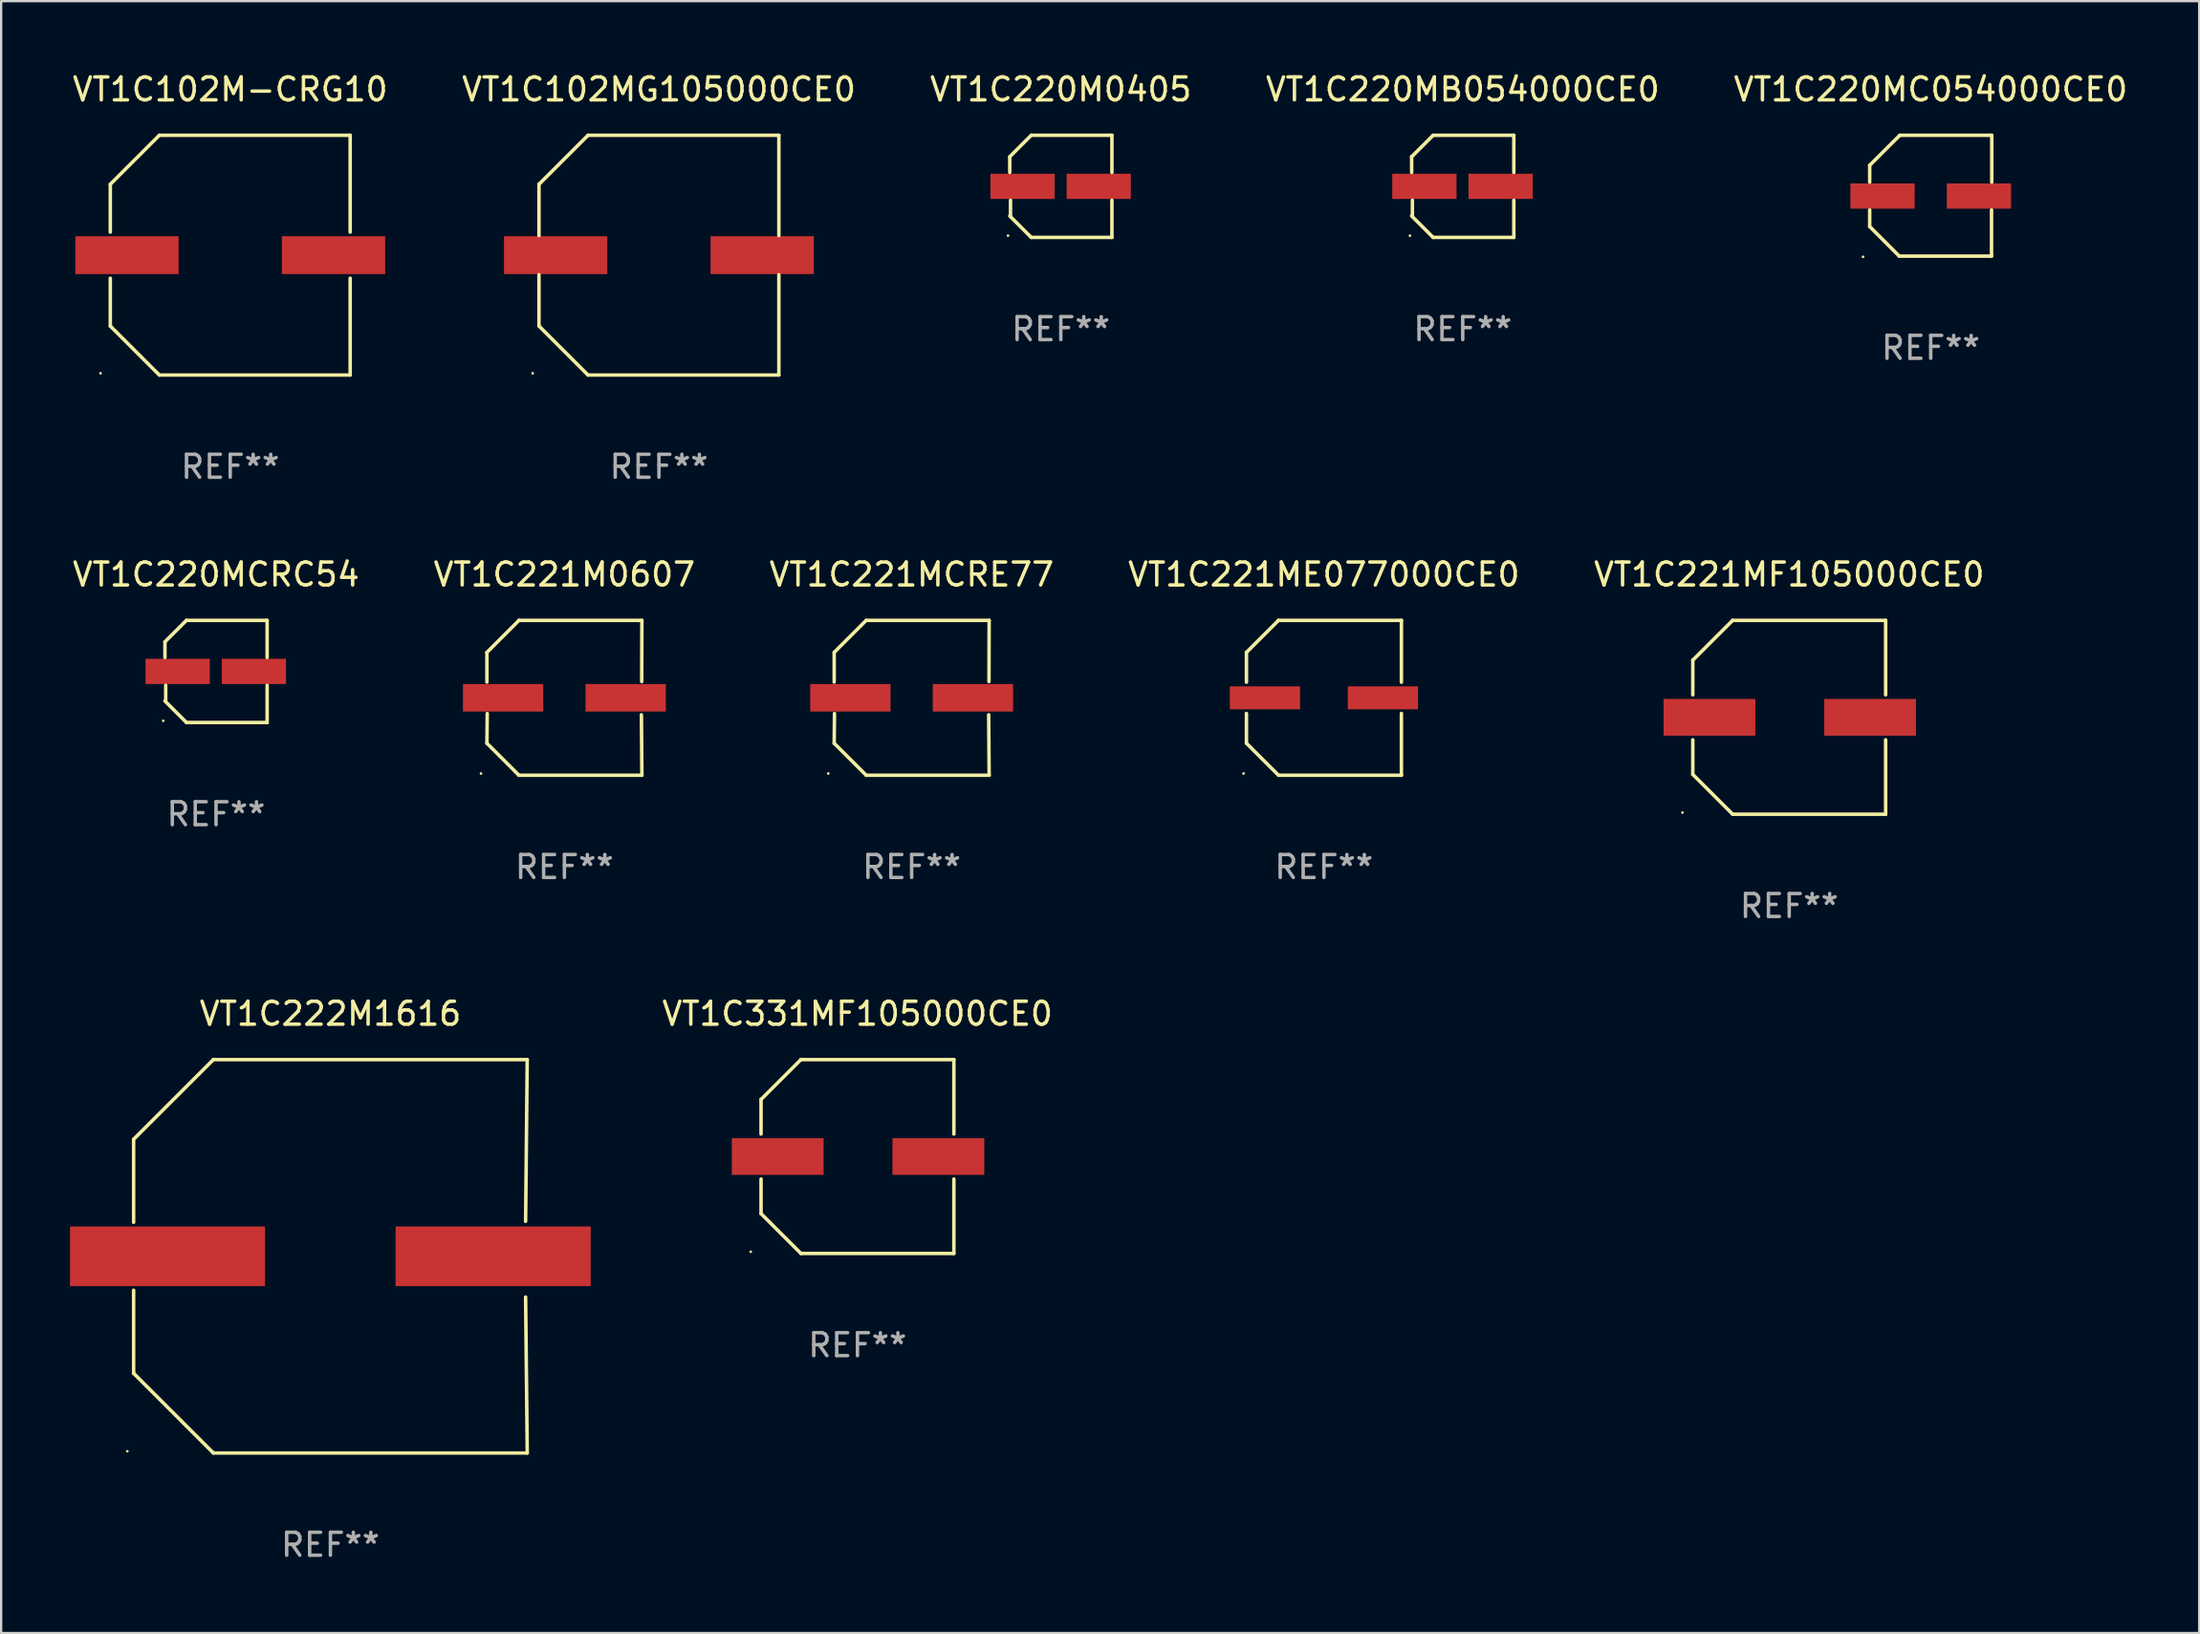
<source format=kicad_pcb>
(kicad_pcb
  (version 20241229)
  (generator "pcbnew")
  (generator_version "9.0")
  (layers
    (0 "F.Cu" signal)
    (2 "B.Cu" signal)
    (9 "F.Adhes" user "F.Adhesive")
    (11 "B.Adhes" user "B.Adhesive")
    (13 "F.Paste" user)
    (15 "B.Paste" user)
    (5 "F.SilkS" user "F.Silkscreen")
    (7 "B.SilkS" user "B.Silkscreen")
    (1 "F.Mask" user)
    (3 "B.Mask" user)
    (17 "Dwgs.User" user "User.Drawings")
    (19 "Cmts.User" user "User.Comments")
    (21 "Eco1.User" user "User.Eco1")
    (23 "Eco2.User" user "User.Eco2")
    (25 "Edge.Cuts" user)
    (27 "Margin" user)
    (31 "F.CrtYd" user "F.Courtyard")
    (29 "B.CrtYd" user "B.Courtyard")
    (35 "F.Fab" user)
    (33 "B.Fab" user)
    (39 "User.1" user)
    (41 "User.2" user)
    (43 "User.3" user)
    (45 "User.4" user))
  (footprint "VT1C221ME077000CE0"
    (layer "F.Cu")
    (at 54.637 27.373)
    (property "Reference" "VT1C221ME077000CE0" (at 0 -5.376 0) (layer "F.SilkS") (effects (font (size 1 1) (thickness 0.15))))
    (attr through_hole)
    (fp_line (start -3.376 -1.98) (end -3.376 -0.68) (stroke (width 0.152) (type solid)) (layer "F.SilkS"))
    (fp_line (start -3.376 -1.98) (end -1.98 -3.376) (stroke (width 0.152) (type solid)) (layer "F.SilkS"))
    (fp_line (start -3.376 0.68) (end -3.376 1.98) (stroke (width 0.152) (type solid)) (layer "F.SilkS"))
    (fp_line (start -3.376 1.98) (end -1.98 3.376) (stroke (width 0.152) (type solid)) (layer "F.SilkS"))
    (fp_line (start -1.98 -3.376) (end 3.376 -3.376) (stroke (width 0.152) (type solid)) (layer "F.SilkS"))
    (fp_line (start -1.98 3.376) (end 3.376 3.376) (stroke (width 0.152) (type solid)) (layer "F.SilkS"))
    (fp_line (start 3.376 -3.376) (end 3.376 -0.68) (stroke (width 0.152) (type solid)) (layer "F.SilkS"))
    (fp_line (start 3.376 0.68) (end 3.376 3.376) (stroke (width 0.152) (type solid)) (layer "F.SilkS"))
    (fp_circle (center -3.501 3.3) (end -3.471 3.3) (stroke (width 0.06) (type solid)) (fill no) (layer "F.SilkS"))
    (fp_text user "REF**" (at 0 7.376 0) (layer "F.Fab") (effects (font (size 1 1) (thickness 0.15))))
    (pad "1" smd rect (at -2.57 0.000013) (size 3.06 1) (layers "F.Cu" "F.Mask" "F.Paste"))
    (pad "2" smd rect (at 2.57 0.000013) (size 3.06 1) (layers "F.Cu" "F.Mask" "F.Paste")))
  (footprint "VT1C221MCRE77"
    (layer "F.Cu")
    (at 36.673 27.373)
    (property "Reference" "VT1C221MCRE77" (at 0 -5.376 0) (layer "F.SilkS") (effects (font (size 1 1) (thickness 0.15))))
    (attr through_hole)
    (fp_line (start -3.376 -1.98) (end -3.376 -0.686) (stroke (width 0.152) (type solid)) (layer "F.SilkS"))
    (fp_line (start -3.376 1.981) (end -3.362 0.686) (stroke (width 0.152) (type solid)) (layer "F.SilkS"))
    (fp_line (start -1.981 3.376) (end -3.376 1.981) (stroke (width 0.152) (type solid)) (layer "F.SilkS"))
    (fp_line (start -1.98 -3.376) (end -3.376 -1.98) (stroke (width 0.152) (type solid)) (layer "F.SilkS"))
    (fp_line (start 3.356 0.74) (end 3.376 3.376) (stroke (width 0.152) (type solid)) (layer "F.SilkS"))
    (fp_line (start 3.369 -0.707) (end 3.376 -3.376) (stroke (width 0.152) (type solid)) (layer "F.SilkS"))
    (fp_line (start 3.376 3.376) (end -1.981 3.376) (stroke (width 0.152) (type solid)) (layer "F.SilkS"))
    (fp_line (start 3.376 -3.376) (end -1.98 -3.376) (stroke (width 0.152) (type solid)) (layer "F.SilkS"))
    (fp_circle (center -3.634 3.3) (end -3.604 3.3) (stroke (width 0.06) (type solid)) (fill no) (layer "F.SilkS"))
    (fp_text user "REF**" (at 0 7.376 0) (layer "F.Fab") (effects (font (size 1 1) (thickness 0.15))))
    (pad "1" smd rect (at -2.67 0.000254) (size 3.5 1.2) (layers "F.Cu" "F.Mask" "F.Paste"))
    (pad "2" smd rect (at 2.67 0.000254) (size 3.5 1.2) (layers "F.Cu" "F.Mask" "F.Paste")))
  (footprint "VT1C221MF105000CE0"
    (layer "F.Cu")
    (at 74.911 28.223)
    (property "Reference" "VT1C221MF105000CE0" (at 0 -6.226 0) (layer "F.SilkS") (effects (font (size 1 1) (thickness 0.15))))
    (attr through_hole)
    (fp_line (start -4.201 -0.98) (end -4.201 -2.49) (stroke (width 0.152) (type solid)) (layer "F.SilkS"))
    (fp_line (start -4.201 2.49) (end -4.201 0.98) (stroke (width 0.152) (type solid)) (layer "F.SilkS"))
    (fp_line (start -2.465 -4.226) (end -4.201 -2.49) (stroke (width 0.152) (type solid)) (layer "F.SilkS"))
    (fp_line (start -2.465 4.226) (end -4.201 2.49) (stroke (width 0.152) (type solid)) (layer "F.SilkS"))
    (fp_line (start 4.201 -4.226) (end -2.465 -4.226) (stroke (width 0.152) (type solid)) (layer "F.SilkS"))
    (fp_line (start 4.201 -4.226) (end 4.201 -0.98) (stroke (width 0.152) (type solid)) (layer "F.SilkS"))
    (fp_line (start 4.201 0.98) (end 4.201 4.226) (stroke (width 0.152) (type solid)) (layer "F.SilkS"))
    (fp_line (start 4.201 4.226) (end -2.465 4.226) (stroke (width 0.152) (type solid)) (layer "F.SilkS"))
    (fp_circle (center -4.651 4.152) (end -4.621 4.152) (stroke (width 0.06) (type solid)) (fill no) (layer "F.SilkS"))
    (fp_text user "REF**" (at 0 8.226 0) (layer "F.Fab") (effects (font (size 1 1) (thickness 0.15))))
    (pad "1" smd rect (at -3.475 0.000076) (size 4 1.6) (layers "F.Cu" "F.Mask" "F.Paste"))
    (pad "2" smd rect (at 3.525 0.000076) (size 4 1.6) (layers "F.Cu" "F.Mask" "F.Paste")))
  (footprint "VT1C220MB054000CE0"
    (layer "F.Cu")
    (at 60.685 5.074)
    (property "Reference" "VT1C220MB054000CE0" (at 0 -4.226 0) (layer "F.SilkS") (effects (font (size 1 1) (thickness 0.15))))
    (attr through_hole)
    (fp_line (start -2.226 -1.29) (end -2.226 -0.607) (stroke (width 0.152) (type solid)) (layer "F.SilkS"))
    (fp_line (start -2.193 1.29) (end -2.193 0.607) (stroke (width 0.152) (type solid)) (layer "F.SilkS"))
    (fp_line (start -1.29 2.226) (end -2.226 1.29) (stroke (width 0.152) (type solid)) (layer "F.SilkS"))
    (fp_line (start -1.29 -2.226) (end -2.226 -1.29) (stroke (width 0.152) (type solid)) (layer "F.SilkS"))
    (fp_line (start 2.226 -2.226) (end -1.29 -2.226) (stroke (width 0.152) (type solid)) (layer "F.SilkS"))
    (fp_line (start 2.226 -0.607) (end 2.226 -2.226) (stroke (width 0.152) (type solid)) (layer "F.SilkS"))
    (fp_line (start 2.226 0.607) (end 2.226 2.226) (stroke (width 0.152) (type solid)) (layer "F.SilkS"))
    (fp_line (start 2.226 2.226) (end -1.29 2.226) (stroke (width 0.152) (type solid)) (layer "F.SilkS"))
    (fp_circle (center -2.3 2.15) (end -2.27 2.15) (stroke (width 0.06) (type solid)) (fill no) (layer "F.SilkS"))
    (fp_text user "REF**" (at 0 6.226 0) (layer "F.Fab") (effects (font (size 1 1) (thickness 0.15))))
    (pad "1" smd rect (at -1.67 -0.000025) (size 2.8 1.1) (layers "F.Cu" "F.Mask" "F.Paste"))
    (pad "2" smd rect (at 1.651 -0.000025) (size 2.8 1.1) (layers "F.Cu" "F.Mask" "F.Paste")))
  (footprint "VT1C102MG105000CE0"
    (layer "F.Cu")
    (at 25.661 8.074)
    (property "Reference" "VT1C102MG105000CE0" (at 0 -7.226 0) (layer "F.SilkS") (effects (font (size 1 1) (thickness 0.15))))
    (attr through_hole)
    (fp_line (start -5.226 -3.09) (end -5.226 -0.852) (stroke (width 0.152) (type solid)) (layer "F.SilkS"))
    (fp_line (start -5.226 3.09) (end -5.226 0.852) (stroke (width 0.152) (type solid)) (layer "F.SilkS"))
    (fp_line (start -3.09 -5.226) (end -5.226 -3.09) (stroke (width 0.152) (type solid)) (layer "F.SilkS"))
    (fp_line (start -3.09 5.226) (end -5.226 3.09) (stroke (width 0.152) (type solid)) (layer "F.SilkS"))
    (fp_line (start 5.226 -5.226) (end -3.09 -5.226) (stroke (width 0.152) (type solid)) (layer "F.SilkS"))
    (fp_line (start 5.226 -0.852) (end 5.226 -5.226) (stroke (width 0.152) (type solid)) (layer "F.SilkS"))
    (fp_line (start 5.226 0.852) (end 5.226 5.226) (stroke (width 0.152) (type solid)) (layer "F.SilkS"))
    (fp_line (start 5.226 5.226) (end -3.09 5.226) (stroke (width 0.152) (type solid)) (layer "F.SilkS"))
    (fp_circle (center -5.5 5.15) (end -5.47 5.15) (stroke (width 0.06) (type solid)) (fill no) (layer "F.SilkS"))
    (fp_text user "REF**" (at 0 9.226 0) (layer "F.Fab") (effects (font (size 1 1) (thickness 0.15))))
    (pad "1" smd rect (at -4.5 -0.000025) (size 4.5 1.65) (layers "F.Cu" "F.Mask" "F.Paste"))
    (pad "2" smd rect (at 4.5 -0.000025) (size 4.5 1.65) (layers "F.Cu" "F.Mask" "F.Paste")))
  (footprint "VT1C220MC054000CE0"
    (layer "F.Cu")
    (at 81.077 5.482)
    (property "Reference" "VT1C220MC054000CE0" (at 0 -4.634 0) (layer "F.SilkS") (effects (font (size 1 1) (thickness 0.15))))
    (attr through_hole)
    (fp_line (start -2.659 -1.326) (end -2.659 -0.592) (stroke (width 0.152) (type solid)) (layer "F.SilkS"))
    (fp_line (start -2.659 1.346) (end -2.659 0.622) (stroke (width 0.152) (type solid)) (layer "F.SilkS"))
    (fp_line (start -1.372 2.634) (end -2.659 1.346) (stroke (width 0.152) (type solid)) (layer "F.SilkS"))
    (fp_line (start -1.349 -2.634) (end -2.659 -1.326) (stroke (width 0.152) (type solid)) (layer "F.SilkS"))
    (fp_line (start 2.649 0.622) (end 2.649 2.634) (stroke (width 0.152) (type solid)) (layer "F.SilkS"))
    (fp_line (start 2.649 2.634) (end -1.372 2.634) (stroke (width 0.152) (type solid)) (layer "F.SilkS"))
    (fp_line (start 2.659 -2.634) (end -1.349 -2.634) (stroke (width 0.152) (type solid)) (layer "F.SilkS"))
    (fp_line (start 2.659 -0.592) (end 2.659 -2.634) (stroke (width 0.152) (type solid)) (layer "F.SilkS"))
    (fp_circle (center -2.95 2.665) (end -2.92 2.665) (stroke (width 0.06) (type solid)) (fill no) (layer "F.SilkS"))
    (fp_text user "REF**" (at 0 6.634 0) (layer "F.Fab") (effects (font (size 1 1) (thickness 0.15))))
    (pad "1" smd rect (at -2.1 0.015) (size 2.8 1.1) (layers "F.Cu" "F.Mask" "F.Paste"))
    (pad "2" smd rect (at 2.1 0.015) (size 2.8 1.1) (layers "F.Cu" "F.Mask" "F.Paste")))
  (footprint "VT1C220MCRC54"
    (layer "F.Cu")
    (at 6.363 26.223)
    (property "Reference" "VT1C220MCRC54" (at 0 -4.226 0) (layer "F.SilkS") (effects (font (size 1 1) (thickness 0.15))))
    (attr through_hole)
    (fp_line (start -2.226 -1.29) (end -2.226 -0.607) (stroke (width 0.152) (type solid)) (layer "F.SilkS"))
    (fp_line (start -2.193 1.29) (end -2.193 0.607) (stroke (width 0.152) (type solid)) (layer "F.SilkS"))
    (fp_line (start -1.29 2.226) (end -2.226 1.29) (stroke (width 0.152) (type solid)) (layer "F.SilkS"))
    (fp_line (start -1.29 -2.226) (end -2.226 -1.29) (stroke (width 0.152) (type solid)) (layer "F.SilkS"))
    (fp_line (start 2.226 -2.226) (end -1.29 -2.226) (stroke (width 0.152) (type solid)) (layer "F.SilkS"))
    (fp_line (start 2.226 -0.607) (end 2.226 -2.226) (stroke (width 0.152) (type solid)) (layer "F.SilkS"))
    (fp_line (start 2.226 0.607) (end 2.226 2.226) (stroke (width 0.152) (type solid)) (layer "F.SilkS"))
    (fp_line (start 2.226 2.226) (end -1.29 2.226) (stroke (width 0.152) (type solid)) (layer "F.SilkS"))
    (fp_circle (center -2.3 2.15) (end -2.27 2.15) (stroke (width 0.06) (type solid)) (fill no) (layer "F.SilkS"))
    (fp_text user "REF**" (at 0 6.226 0) (layer "F.Fab") (effects (font (size 1 1) (thickness 0.15))))
    (pad "1" smd rect (at -1.67 -0.000025) (size 2.8 1.1) (layers "F.Cu" "F.Mask" "F.Paste"))
    (pad "2" smd rect (at 1.651 -0.000025) (size 2.8 1.1) (layers "F.Cu" "F.Mask" "F.Paste")))
  (footprint "VT1C221M0607"
    (layer "F.Cu")
    (at 21.542 27.373)
    (property "Reference" "VT1C221M0607" (at 0 -5.376 0) (layer "F.SilkS") (effects (font (size 1 1) (thickness 0.15))))
    (attr through_hole)
    (fp_line (start -3.376 -1.98) (end -3.376 -0.686) (stroke (width 0.152) (type solid)) (layer "F.SilkS"))
    (fp_line (start -3.376 1.981) (end -3.362 0.686) (stroke (width 0.152) (type solid)) (layer "F.SilkS"))
    (fp_line (start -1.981 3.376) (end -3.376 1.981) (stroke (width 0.152) (type solid)) (layer "F.SilkS"))
    (fp_line (start -1.98 -3.376) (end -3.376 -1.98) (stroke (width 0.152) (type solid)) (layer "F.SilkS"))
    (fp_line (start 3.356 0.74) (end 3.376 3.376) (stroke (width 0.152) (type solid)) (layer "F.SilkS"))
    (fp_line (start 3.369 -0.707) (end 3.376 -3.376) (stroke (width 0.152) (type solid)) (layer "F.SilkS"))
    (fp_line (start 3.376 3.376) (end -1.981 3.376) (stroke (width 0.152) (type solid)) (layer "F.SilkS"))
    (fp_line (start 3.376 -3.376) (end -1.98 -3.376) (stroke (width 0.152) (type solid)) (layer "F.SilkS"))
    (fp_circle (center -3.634 3.3) (end -3.604 3.3) (stroke (width 0.06) (type solid)) (fill no) (layer "F.SilkS"))
    (fp_text user "REF**" (at 0 7.376 0) (layer "F.Fab") (effects (font (size 1 1) (thickness 0.15))))
    (pad "1" smd rect (at -2.67 0.000254) (size 3.5 1.2) (layers "F.Cu" "F.Mask" "F.Paste"))
    (pad "2" smd rect (at 2.67 0.000254) (size 3.5 1.2) (layers "F.Cu" "F.Mask" "F.Paste")))
  (footprint "VT1C102M-CRG10"
    (layer "F.Cu")
    (at 6.982 8.074)
    (property "Reference" "VT1C102M-CRG10" (at 0 -7.226 0) (layer "F.SilkS") (effects (font (size 1 1) (thickness 0.15))))
    (attr through_hole)
    (fp_line (start -5.226 -3.09) (end -5.226 -1.005) (stroke (width 0.152) (type solid)) (layer "F.SilkS"))
    (fp_line (start -5.226 1.005) (end -5.226 3.09) (stroke (width 0.152) (type solid)) (layer "F.SilkS"))
    (fp_line (start -3.09 -5.226) (end -5.226 -3.09) (stroke (width 0.152) (type solid)) (layer "F.SilkS"))
    (fp_line (start -3.09 5.226) (end -5.226 3.09) (stroke (width 0.152) (type solid)) (layer "F.SilkS"))
    (fp_line (start 5.226 -5.226) (end -3.09 -5.226) (stroke (width 0.152) (type solid)) (layer "F.SilkS"))
    (fp_line (start 5.226 -1.005) (end 5.226 -5.226) (stroke (width 0.152) (type solid)) (layer "F.SilkS"))
    (fp_line (start 5.226 5.226) (end -3.09 5.226) (stroke (width 0.152) (type solid)) (layer "F.SilkS"))
    (fp_line (start 5.226 5.226) (end 5.226 1.005) (stroke (width 0.152) (type solid)) (layer "F.SilkS"))
    (fp_circle (center -5.65 5.15) (end -5.62 5.15) (stroke (width 0.06) (type solid)) (fill no) (layer "F.SilkS"))
    (fp_text user "REF**" (at 0 9.226 0) (layer "F.Fab") (effects (font (size 1 1) (thickness 0.15))))
    (pad "1" smd rect (at -4.5 0) (size 4.5 1.65) (layers "F.Cu" "F.Mask" "F.Paste"))
    (pad "2" smd rect (at 4.5 0) (size 4.5 1.65) (layers "F.Cu" "F.Mask" "F.Paste")))
  (footprint "VT1C222M1616"
    (layer "F.Cu")
    (at 11.347 51.722)
    (property "Reference" "VT1C222M1616" (at 0 -10.576 0) (layer "F.SilkS") (effects (font (size 1 1) (thickness 0.15))))
    (attr through_hole)
    (fp_line (start -8.575 -5.101) (end -8.575 -1.481) (stroke (width 0.152) (type solid)) (layer "F.SilkS"))
    (fp_line (start -8.575 1.48) (end -8.575 5.098) (stroke (width 0.152) (type solid)) (layer "F.SilkS"))
    (fp_line (start -8.575 5.098) (end -8.576 5.099) (stroke (width 0.152) (type solid)) (layer "F.SilkS"))
    (fp_line (start -5.1 -8.576) (end -8.575 -5.101) (stroke (width 0.152) (type solid)) (layer "F.SilkS"))
    (fp_line (start -5.1 8.576) (end -8.576 5.099) (stroke (width 0.152) (type solid)) (layer "F.SilkS"))
    (fp_line (start 8.505 -1.525) (end 8.575 -8.576) (stroke (width 0.152) (type solid)) (layer "F.SilkS"))
    (fp_line (start 8.505 1.777) (end 8.576 8.576) (stroke (width 0.152) (type solid)) (layer "F.SilkS"))
    (fp_line (start 8.575 -8.576) (end -5.1 -8.576) (stroke (width 0.152) (type solid)) (layer "F.SilkS"))
    (fp_line (start 8.576 8.576) (end -5.1 8.576) (stroke (width 0.152) (type solid)) (layer "F.SilkS"))
    (fp_circle (center -8.85 8.499) (end -8.82 8.499) (stroke (width 0.06) (type solid)) (fill no) (layer "F.SilkS"))
    (fp_text user "REF**" (at 0 12.576 0) (layer "F.Fab") (effects (font (size 1 1) (thickness 0.15))))
    (pad "1" smd rect (at -7.097 -0.001) (size 8.5 2.6) (layers "F.Cu" "F.Mask" "F.Paste"))
    (pad "2" smd rect (at 7.09 -0.001) (size 8.5 2.6) (layers "F.Cu" "F.Mask" "F.Paste")))
  (footprint "VT1C220M0405"
    (layer "F.Cu")
    (at 43.173 5.074)
    (property "Reference" "VT1C220M0405" (at 0 -4.226 0) (layer "F.SilkS") (effects (font (size 1 1) (thickness 0.15))))
    (attr through_hole)
    (fp_line (start -2.226 -1.29) (end -2.226 -0.607) (stroke (width 0.152) (type solid)) (layer "F.SilkS"))
    (fp_line (start -2.193 1.29) (end -2.193 0.607) (stroke (width 0.152) (type solid)) (layer "F.SilkS"))
    (fp_line (start -1.29 2.226) (end -2.226 1.29) (stroke (width 0.152) (type solid)) (layer "F.SilkS"))
    (fp_line (start -1.29 -2.226) (end -2.226 -1.29) (stroke (width 0.152) (type solid)) (layer "F.SilkS"))
    (fp_line (start 2.226 -2.226) (end -1.29 -2.226) (stroke (width 0.152) (type solid)) (layer "F.SilkS"))
    (fp_line (start 2.226 -0.607) (end 2.226 -2.226) (stroke (width 0.152) (type solid)) (layer "F.SilkS"))
    (fp_line (start 2.226 0.607) (end 2.226 2.226) (stroke (width 0.152) (type solid)) (layer "F.SilkS"))
    (fp_line (start 2.226 2.226) (end -1.29 2.226) (stroke (width 0.152) (type solid)) (layer "F.SilkS"))
    (fp_circle (center -2.3 2.15) (end -2.27 2.15) (stroke (width 0.06) (type solid)) (fill no) (layer "F.SilkS"))
    (fp_text user "REF**" (at 0 6.226 0) (layer "F.Fab") (effects (font (size 1 1) (thickness 0.15))))
    (pad "1" smd rect (at -1.67 -0.000025) (size 2.8 1.1) (layers "F.Cu" "F.Mask" "F.Paste"))
    (pad "2" smd rect (at 1.651 -0.000025) (size 2.8 1.1) (layers "F.Cu" "F.Mask" "F.Paste")))
  (footprint "VT1C331MF105000CE0"
    (layer "F.Cu")
    (at 34.312 47.372)
    (property "Reference" "VT1C331MF105000CE0" (at 0 -6.226 0) (layer "F.SilkS") (effects (font (size 1 1) (thickness 0.15))))
    (attr through_hole)
    (fp_line (start -4.201 -0.98) (end -4.201 -2.49) (stroke (width 0.152) (type solid)) (layer "F.SilkS"))
    (fp_line (start -4.201 2.49) (end -4.201 0.98) (stroke (width 0.152) (type solid)) (layer "F.SilkS"))
    (fp_line (start -2.465 -4.226) (end -4.201 -2.49) (stroke (width 0.152) (type solid)) (layer "F.SilkS"))
    (fp_line (start -2.465 4.226) (end -4.201 2.49) (stroke (width 0.152) (type solid)) (layer "F.SilkS"))
    (fp_line (start 4.201 -4.226) (end -2.465 -4.226) (stroke (width 0.152) (type solid)) (layer "F.SilkS"))
    (fp_line (start 4.201 -4.226) (end 4.201 -0.98) (stroke (width 0.152) (type solid)) (layer "F.SilkS"))
    (fp_line (start 4.201 0.98) (end 4.201 4.226) (stroke (width 0.152) (type solid)) (layer "F.SilkS"))
    (fp_line (start 4.201 4.226) (end -2.465 4.226) (stroke (width 0.152) (type solid)) (layer "F.SilkS"))
    (fp_circle (center -4.651 4.152) (end -4.621 4.152) (stroke (width 0.06) (type solid)) (fill no) (layer "F.SilkS"))
    (fp_text user "REF**" (at 0 8.226 0) (layer "F.Fab") (effects (font (size 1 1) (thickness 0.15))))
    (pad "1" smd rect (at -3.475 0.000076) (size 4 1.6) (layers "F.Cu" "F.Mask" "F.Paste"))
    (pad "2" smd rect (at 3.525 0.000076) (size 4 1.6) (layers "F.Cu" "F.Mask" "F.Paste")))
  (gr_rect
    (start -3 -3)
    (end 92.774 68.146)
    (stroke (width 0.1) (type default))
    (fill no)
    (layer "Edge.Cuts")))
</source>
